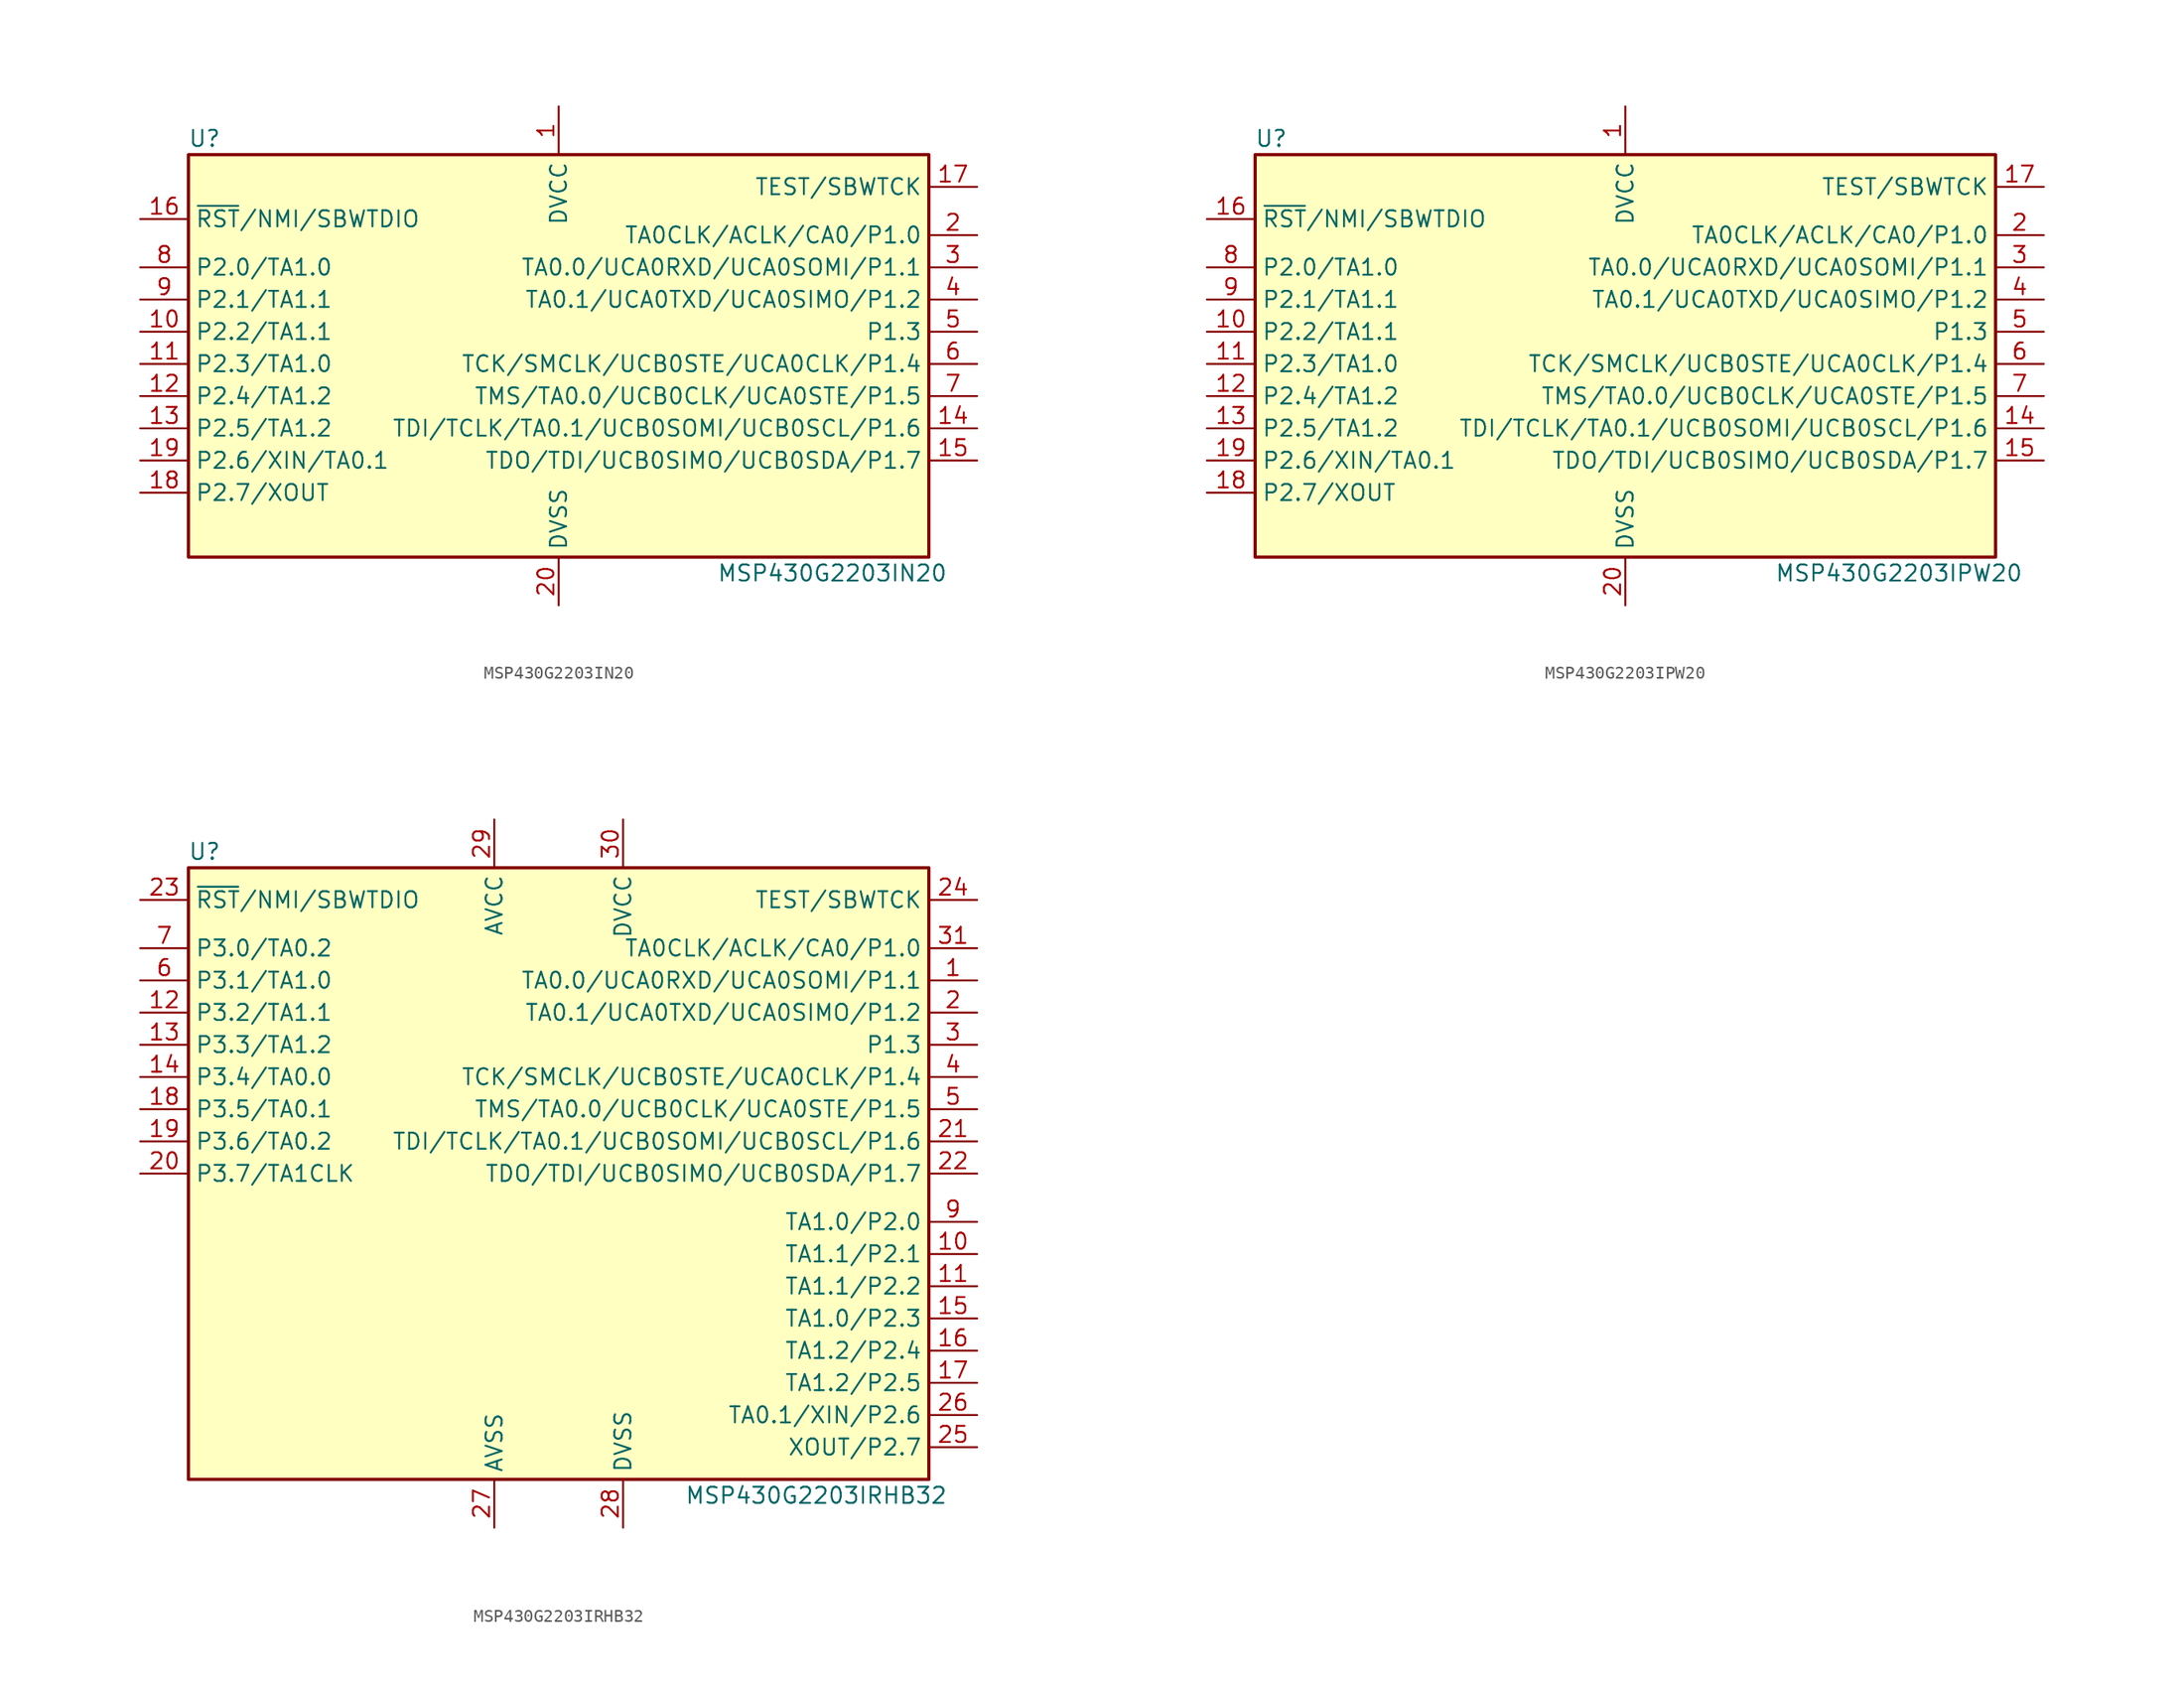
<source format=kicad_sym>
(kicad_symbol_lib
  (version 20231120)
  (generator "kicad_symbol_editor")
  (generator_version "8.0")
  (symbol "MSP430G2203IN20"
    (property "Reference" "U"
      (at -27.94 17.78 0)
      (effects (font (size 1.27 1.27))))
    (property "Value" "MSP430G2203IN20"
      (at 21.59 -16.51 0)
      (effects (font (size 1.27 1.27))))
    (symbol "MSP430G2203IN20_0_1"
      (rectangle (start -29.21 16.51) (end 29.21 -15.24) (stroke (width 0.254) (type default)) (fill (type background))))
    (symbol "MSP430G2203IN20_1_1"
      (pin power_in line (at 0 20.32 270) (length 3.81) (name "DVCC" (effects (font (size 1.27 1.27)))) (number "1" (effects (font (size 1.27 1.27)))))
      (pin bidirectional line (at -33.02 2.54 0) (length 3.81) (name "P2.2/TA1.1" (effects (font (size 1.27 1.27)))) (number "10" (effects (font (size 1.27 1.27)))))
      (pin bidirectional line (at -33.02 0 0) (length 3.81) (name "P2.3/TA1.0" (effects (font (size 1.27 1.27)))) (number "11" (effects (font (size 1.27 1.27)))))
      (pin bidirectional line (at -33.02 -2.54 0) (length 3.81) (name "P2.4/TA1.2" (effects (font (size 1.27 1.27)))) (number "12" (effects (font (size 1.27 1.27)))))
      (pin bidirectional line (at -33.02 -5.08 0) (length 3.81) (name "P2.5/TA1.2" (effects (font (size 1.27 1.27)))) (number "13" (effects (font (size 1.27 1.27)))))
      (pin bidirectional line (at 33.02 -5.08 180) (length 3.81) (name "TDI/TCLK/TA0.1/UCB0SOMI/UCB0SCL/P1.6" (effects (font (size 1.27 1.27)))) (number "14" (effects (font (size 1.27 1.27)))))
      (pin bidirectional line (at 33.02 -7.62 180) (length 3.81) (name "TDO/TDI/UCB0SIMO/UCB0SDA/P1.7" (effects (font (size 1.27 1.27)))) (number "15" (effects (font (size 1.27 1.27)))))
      (pin input line (at -33.02 11.43 0) (length 3.81) (name "~{RST}/NMI/SBWTDIO" (effects (font (size 1.27 1.27)))) (number "16" (effects (font (size 1.27 1.27)))))
      (pin input line (at 33.02 13.97 180) (length 3.81) (name "TEST/SBWTCK" (effects (font (size 1.27 1.27)))) (number "17" (effects (font (size 1.27 1.27)))))
      (pin bidirectional line (at -33.02 -10.16 0) (length 3.81) (name "P2.7/XOUT" (effects (font (size 1.27 1.27)))) (number "18" (effects (font (size 1.27 1.27)))))
      (pin bidirectional line (at -33.02 -7.62 0) (length 3.81) (name "P2.6/XIN/TA0.1" (effects (font (size 1.27 1.27)))) (number "19" (effects (font (size 1.27 1.27)))))
      (pin bidirectional line (at 33.02 10.16 180) (length 3.81) (name "TA0CLK/ACLK/CA0/P1.0" (effects (font (size 1.27 1.27)))) (number "2" (effects (font (size 1.27 1.27)))))
      (pin power_in line (at 0 -19.05 90) (length 3.81) (name "DVSS" (effects (font (size 1.27 1.27)))) (number "20" (effects (font (size 1.27 1.27)))))
      (pin bidirectional line (at 33.02 7.62 180) (length 3.81) (name "TA0.0/UCA0RXD/UCA0SOMI/P1.1" (effects (font (size 1.27 1.27)))) (number "3" (effects (font (size 1.27 1.27)))))
      (pin bidirectional line (at 33.02 5.08 180) (length 3.81) (name "TA0.1/UCA0TXD/UCA0SIMO/P1.2" (effects (font (size 1.27 1.27)))) (number "4" (effects (font (size 1.27 1.27)))))
      (pin bidirectional line (at 33.02 2.54 180) (length 3.81) (name "P1.3" (effects (font (size 1.27 1.27)))) (number "5" (effects (font (size 1.27 1.27)))))
      (pin bidirectional line (at 33.02 0 180) (length 3.81) (name "TCK/SMCLK/UCB0STE/UCA0CLK/P1.4" (effects (font (size 1.27 1.27)))) (number "6" (effects (font (size 1.27 1.27)))))
      (pin bidirectional line (at 33.02 -2.54 180) (length 3.81) (name "TMS/TA0.0/UCB0CLK/UCA0STE/P1.5" (effects (font (size 1.27 1.27)))) (number "7" (effects (font (size 1.27 1.27)))))
      (pin bidirectional line (at -33.02 7.62 0) (length 3.81) (name "P2.0/TA1.0" (effects (font (size 1.27 1.27)))) (number "8" (effects (font (size 1.27 1.27)))))
      (pin bidirectional line (at -33.02 5.08 0) (length 3.81) (name "P2.1/TA1.1" (effects (font (size 1.27 1.27)))) (number "9" (effects (font (size 1.27 1.27)))))))
  (symbol "MSP430G2203IPW20"
    (property "Reference" "U"
      (at -27.94 17.78 0)
      (effects (font (size 1.27 1.27))))
    (property "Value" "MSP430G2203IPW20"
      (at 21.59 -16.51 0)
      (effects (font (size 1.27 1.27))))
    (symbol "MSP430G2203IPW20_0_1"
      (rectangle (start -29.21 16.51) (end 29.21 -15.24) (stroke (width 0.254) (type default)) (fill (type background))))
    (symbol "MSP430G2203IPW20_1_1"
      (pin power_in line (at 0 20.32 270) (length 3.81) (name "DVCC" (effects (font (size 1.27 1.27)))) (number "1" (effects (font (size 1.27 1.27)))))
      (pin bidirectional line (at -33.02 2.54 0) (length 3.81) (name "P2.2/TA1.1" (effects (font (size 1.27 1.27)))) (number "10" (effects (font (size 1.27 1.27)))))
      (pin bidirectional line (at -33.02 0 0) (length 3.81) (name "P2.3/TA1.0" (effects (font (size 1.27 1.27)))) (number "11" (effects (font (size 1.27 1.27)))))
      (pin bidirectional line (at -33.02 -2.54 0) (length 3.81) (name "P2.4/TA1.2" (effects (font (size 1.27 1.27)))) (number "12" (effects (font (size 1.27 1.27)))))
      (pin bidirectional line (at -33.02 -5.08 0) (length 3.81) (name "P2.5/TA1.2" (effects (font (size 1.27 1.27)))) (number "13" (effects (font (size 1.27 1.27)))))
      (pin bidirectional line (at 33.02 -5.08 180) (length 3.81) (name "TDI/TCLK/TA0.1/UCB0SOMI/UCB0SCL/P1.6" (effects (font (size 1.27 1.27)))) (number "14" (effects (font (size 1.27 1.27)))))
      (pin bidirectional line (at 33.02 -7.62 180) (length 3.81) (name "TDO/TDI/UCB0SIMO/UCB0SDA/P1.7" (effects (font (size 1.27 1.27)))) (number "15" (effects (font (size 1.27 1.27)))))
      (pin input line (at -33.02 11.43 0) (length 3.81) (name "~{RST}/NMI/SBWTDIO" (effects (font (size 1.27 1.27)))) (number "16" (effects (font (size 1.27 1.27)))))
      (pin input line (at 33.02 13.97 180) (length 3.81) (name "TEST/SBWTCK" (effects (font (size 1.27 1.27)))) (number "17" (effects (font (size 1.27 1.27)))))
      (pin bidirectional line (at -33.02 -10.16 0) (length 3.81) (name "P2.7/XOUT" (effects (font (size 1.27 1.27)))) (number "18" (effects (font (size 1.27 1.27)))))
      (pin bidirectional line (at -33.02 -7.62 0) (length 3.81) (name "P2.6/XIN/TA0.1" (effects (font (size 1.27 1.27)))) (number "19" (effects (font (size 1.27 1.27)))))
      (pin bidirectional line (at 33.02 10.16 180) (length 3.81) (name "TA0CLK/ACLK/CA0/P1.0" (effects (font (size 1.27 1.27)))) (number "2" (effects (font (size 1.27 1.27)))))
      (pin power_in line (at 0 -19.05 90) (length 3.81) (name "DVSS" (effects (font (size 1.27 1.27)))) (number "20" (effects (font (size 1.27 1.27)))))
      (pin bidirectional line (at 33.02 7.62 180) (length 3.81) (name "TA0.0/UCA0RXD/UCA0SOMI/P1.1" (effects (font (size 1.27 1.27)))) (number "3" (effects (font (size 1.27 1.27)))))
      (pin bidirectional line (at 33.02 5.08 180) (length 3.81) (name "TA0.1/UCA0TXD/UCA0SIMO/P1.2" (effects (font (size 1.27 1.27)))) (number "4" (effects (font (size 1.27 1.27)))))
      (pin bidirectional line (at 33.02 2.54 180) (length 3.81) (name "P1.3" (effects (font (size 1.27 1.27)))) (number "5" (effects (font (size 1.27 1.27)))))
      (pin bidirectional line (at 33.02 0 180) (length 3.81) (name "TCK/SMCLK/UCB0STE/UCA0CLK/P1.4" (effects (font (size 1.27 1.27)))) (number "6" (effects (font (size 1.27 1.27)))))
      (pin bidirectional line (at 33.02 -2.54 180) (length 3.81) (name "TMS/TA0.0/UCB0CLK/UCA0STE/P1.5" (effects (font (size 1.27 1.27)))) (number "7" (effects (font (size 1.27 1.27)))))
      (pin bidirectional line (at -33.02 7.62 0) (length 3.81) (name "P2.0/TA1.0" (effects (font (size 1.27 1.27)))) (number "8" (effects (font (size 1.27 1.27)))))
      (pin bidirectional line (at -33.02 5.08 0) (length 3.81) (name "P2.1/TA1.1" (effects (font (size 1.27 1.27)))) (number "9" (effects (font (size 1.27 1.27)))))))
  (symbol "MSP430G2203IRHB32"
    (property "Reference" "U"
      (at -27.94 25.4 0)
      (effects (font (size 1.27 1.27))))
    (property "Value" "MSP430G2203IRHB32"
      (at 20.32 -25.4 0)
      (effects (font (size 1.27 1.27))))
    (symbol "MSP430G2203IRHB32_0_1"
      (rectangle (start -29.21 24.13) (end 29.21 -24.13) (stroke (width 0.254) (type default)) (fill (type background))))
    (symbol "MSP430G2203IRHB32_1_1"
      (pin bidirectional line (at 33.02 15.24 180) (length 3.81) (name "TA0.0/UCA0RXD/UCA0SOMI/P1.1" (effects (font (size 1.27 1.27)))) (number "1" (effects (font (size 1.27 1.27)))))
      (pin bidirectional line (at 33.02 -6.35 180) (length 3.81) (name "TA1.1/P2.1" (effects (font (size 1.27 1.27)))) (number "10" (effects (font (size 1.27 1.27)))))
      (pin bidirectional line (at 33.02 -8.89 180) (length 3.81) (name "TA1.1/P2.2" (effects (font (size 1.27 1.27)))) (number "11" (effects (font (size 1.27 1.27)))))
      (pin bidirectional line (at -33.02 12.7 0) (length 3.81) (name "P3.2/TA1.1" (effects (font (size 1.27 1.27)))) (number "12" (effects (font (size 1.27 1.27)))))
      (pin bidirectional line (at -33.02 10.16 0) (length 3.81) (name "P3.3/TA1.2" (effects (font (size 1.27 1.27)))) (number "13" (effects (font (size 1.27 1.27)))))
      (pin bidirectional line (at -33.02 7.62 0) (length 3.81) (name "P3.4/TA0.0" (effects (font (size 1.27 1.27)))) (number "14" (effects (font (size 1.27 1.27)))))
      (pin bidirectional line (at 33.02 -11.43 180) (length 3.81) (name "TA1.0/P2.3" (effects (font (size 1.27 1.27)))) (number "15" (effects (font (size 1.27 1.27)))))
      (pin bidirectional line (at 33.02 -13.97 180) (length 3.81) (name "TA1.2/P2.4" (effects (font (size 1.27 1.27)))) (number "16" (effects (font (size 1.27 1.27)))))
      (pin bidirectional line (at 33.02 -16.51 180) (length 3.81) (name "TA1.2/P2.5" (effects (font (size 1.27 1.27)))) (number "17" (effects (font (size 1.27 1.27)))))
      (pin bidirectional line (at -33.02 5.08 0) (length 3.81) (name "P3.5/TA0.1" (effects (font (size 1.27 1.27)))) (number "18" (effects (font (size 1.27 1.27)))))
      (pin bidirectional line (at -33.02 2.54 0) (length 3.81) (name "P3.6/TA0.2" (effects (font (size 1.27 1.27)))) (number "19" (effects (font (size 1.27 1.27)))))
      (pin bidirectional line (at 33.02 12.7 180) (length 3.81) (name "TA0.1/UCA0TXD/UCA0SIMO/P1.2" (effects (font (size 1.27 1.27)))) (number "2" (effects (font (size 1.27 1.27)))))
      (pin bidirectional line (at -33.02 0 0) (length 3.81) (name "P3.7/TA1CLK" (effects (font (size 1.27 1.27)))) (number "20" (effects (font (size 1.27 1.27)))))
      (pin bidirectional line (at 33.02 2.54 180) (length 3.81) (name "TDI/TCLK/TA0.1/UCB0SOMI/UCB0SCL/P1.6" (effects (font (size 1.27 1.27)))) (number "21" (effects (font (size 1.27 1.27)))))
      (pin bidirectional line (at 33.02 0 180) (length 3.81) (name "TDO/TDI/UCB0SIMO/UCB0SDA/P1.7" (effects (font (size 1.27 1.27)))) (number "22" (effects (font (size 1.27 1.27)))))
      (pin input line (at -33.02 21.59 0) (length 3.81) (name "~{RST}/NMI/SBWTDIO" (effects (font (size 1.27 1.27)))) (number "23" (effects (font (size 1.27 1.27)))))
      (pin input line (at 33.02 21.59 180) (length 3.81) (name "TEST/SBWTCK" (effects (font (size 1.27 1.27)))) (number "24" (effects (font (size 1.27 1.27)))))
      (pin bidirectional line (at 33.02 -21.59 180) (length 3.81) (name "XOUT/P2.7" (effects (font (size 1.27 1.27)))) (number "25" (effects (font (size 1.27 1.27)))))
      (pin bidirectional line (at 33.02 -19.05 180) (length 3.81) (name "TA0.1/XIN/P2.6" (effects (font (size 1.27 1.27)))) (number "26" (effects (font (size 1.27 1.27)))))
      (pin power_in line (at -5.08 -27.94 90) (length 3.81) (name "AVSS" (effects (font (size 1.27 1.27)))) (number "27" (effects (font (size 1.27 1.27)))))
      (pin power_in line (at 5.08 -27.94 90) (length 3.81) (name "DVSS" (effects (font (size 1.27 1.27)))) (number "28" (effects (font (size 1.27 1.27)))))
      (pin power_in line (at -5.08 27.94 270) (length 3.81) (name "AVCC" (effects (font (size 1.27 1.27)))) (number "29" (effects (font (size 1.27 1.27)))))
      (pin bidirectional line (at 33.02 10.16 180) (length 3.81) (name "P1.3" (effects (font (size 1.27 1.27)))) (number "3" (effects (font (size 1.27 1.27)))))
      (pin power_in line (at 5.08 27.94 270) (length 3.81) (name "DVCC" (effects (font (size 1.27 1.27)))) (number "30" (effects (font (size 1.27 1.27)))))
      (pin bidirectional line (at 33.02 17.78 180) (length 3.81) (name "TA0CLK/ACLK/CA0/P1.0" (effects (font (size 1.27 1.27)))) (number "31" (effects (font (size 1.27 1.27)))))
      (pin bidirectional line (at 33.02 7.62 180) (length 3.81) (name "TCK/SMCLK/UCB0STE/UCA0CLK/P1.4" (effects (font (size 1.27 1.27)))) (number "4" (effects (font (size 1.27 1.27)))))
      (pin bidirectional line (at 33.02 5.08 180) (length 3.81) (name "TMS/TA0.0/UCB0CLK/UCA0STE/P1.5" (effects (font (size 1.27 1.27)))) (number "5" (effects (font (size 1.27 1.27)))))
      (pin bidirectional line (at -33.02 15.24 0) (length 3.81) (name "P3.1/TA1.0" (effects (font (size 1.27 1.27)))) (number "6" (effects (font (size 1.27 1.27)))))
      (pin bidirectional line (at -33.02 17.78 0) (length 3.81) (name "P3.0/TA0.2" (effects (font (size 1.27 1.27)))) (number "7" (effects (font (size 1.27 1.27)))))
      (pin bidirectional line (at 33.02 -3.81 180) (length 3.81) (name "TA1.0/P2.0" (effects (font (size 1.27 1.27)))) (number "9" (effects (font (size 1.27 1.27))))))))
</source>
